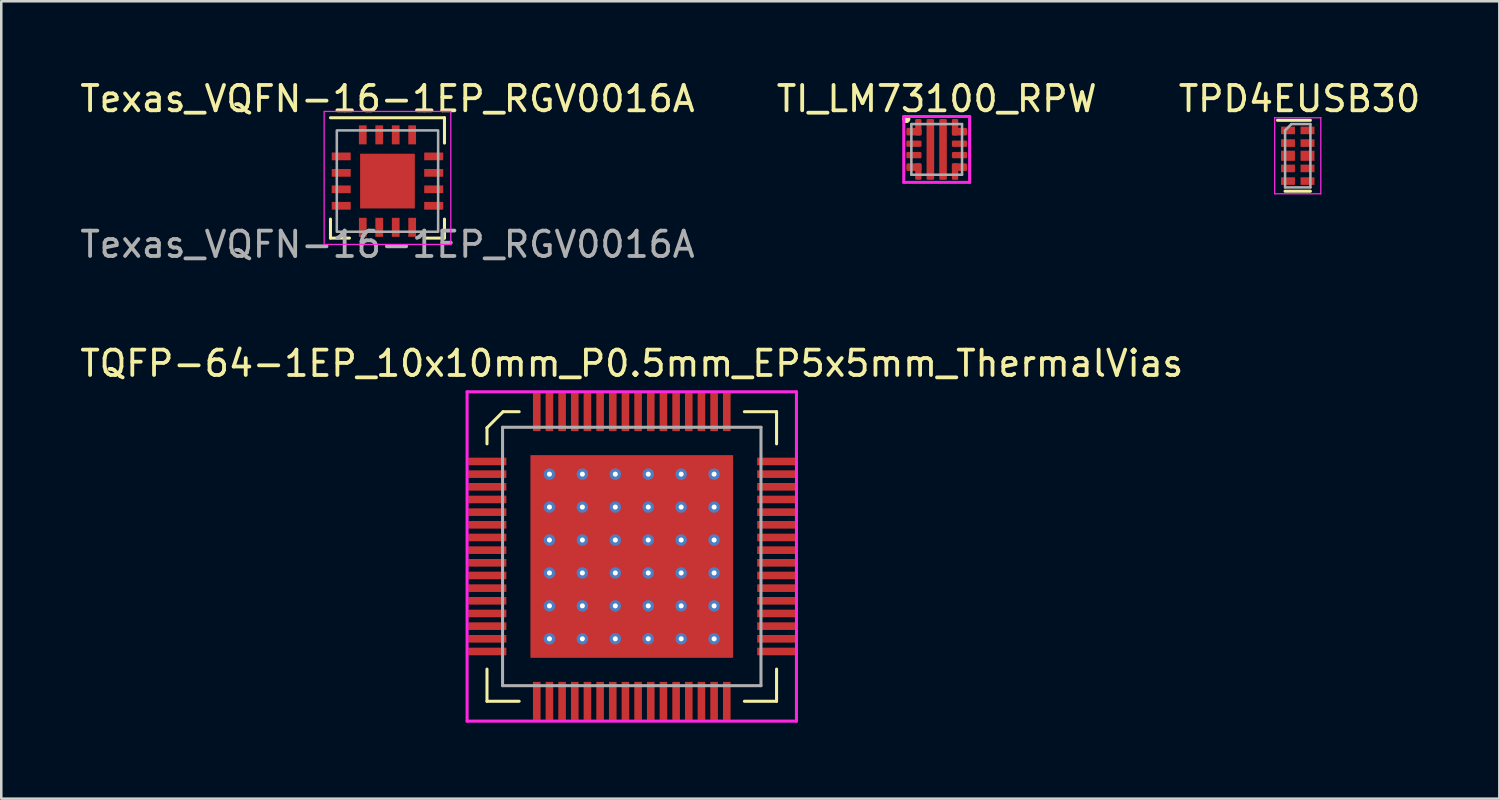
<source format=kicad_pcb>
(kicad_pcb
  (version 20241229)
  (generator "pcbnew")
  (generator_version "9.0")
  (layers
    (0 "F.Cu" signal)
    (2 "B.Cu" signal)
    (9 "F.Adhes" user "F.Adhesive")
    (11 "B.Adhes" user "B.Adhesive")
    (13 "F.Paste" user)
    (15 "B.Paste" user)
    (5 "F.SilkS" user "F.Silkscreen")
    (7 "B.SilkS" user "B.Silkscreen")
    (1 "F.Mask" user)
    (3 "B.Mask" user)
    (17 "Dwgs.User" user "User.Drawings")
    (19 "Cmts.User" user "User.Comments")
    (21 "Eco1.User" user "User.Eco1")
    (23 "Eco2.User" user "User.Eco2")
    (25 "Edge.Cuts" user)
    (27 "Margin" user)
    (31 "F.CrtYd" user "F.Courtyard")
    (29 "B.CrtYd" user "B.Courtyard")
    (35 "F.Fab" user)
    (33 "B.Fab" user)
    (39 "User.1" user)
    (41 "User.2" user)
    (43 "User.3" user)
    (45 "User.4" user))
  (footprint "Texas_VQFN-16-1EP_RGV0016A"
    (layer "F.Cu")
    (at 12.244 4.098)
    (property "Reference" "Texas_VQFN-16-1EP_RGV0016A" (at 0 -3.25 0) (unlocked yes) (layer "F.SilkS") (effects (font (size 1 1) (thickness 0.15))))
    (attr smd)
    (fp_line (start -2.25 -2.5) (end 2.25 -2.5) (stroke (width 0.12) (type default)) (layer "F.SilkS"))
    (fp_line (start -2.25 2.25) (end -2.25 1.5) (stroke (width 0.12) (type default)) (layer "F.SilkS"))
    (fp_line (start -1.5 2.25) (end -2.25 2.25) (stroke (width 0.12) (type default)) (layer "F.SilkS"))
    (fp_line (start 2.25 -2.5) (end 2.25 -1.5) (stroke (width 0.12) (type default)) (layer "F.SilkS"))
    (fp_line (start 2.25 1.5) (end 2.25 2.25) (stroke (width 0.12) (type default)) (layer "F.SilkS"))
    (fp_line (start 2.25 2.25) (end 1.5 2.25) (stroke (width 0.12) (type default)) (layer "F.SilkS"))
    (fp_rect (start -2.5 -2.75) (end 2.5 2.5) (stroke (width 0.05) (type default)) (fill no) (layer "F.CrtYd"))
    (fp_rect (start -2 -2) (end 2 2) (stroke (width 0.1) (type default)) (fill no) (layer "F.Fab"))
    (fp_text user "${REFERENCE}" (at 0 2.5 0) (unlocked yes) (layer "F.Fab") (effects (font (size 1 1) (thickness 0.15))))
    (pad "1" smd rect (at -1.825 -0.975) (size 0.75 0.305) (layers "F.Cu" "F.Mask" "F.Paste"))
    (pad "2" smd rect (at -1.825 -0.325) (size 0.75 0.305) (layers "F.Cu" "F.Mask" "F.Paste"))
    (pad "3" smd rect (at -1.825 0.325) (size 0.75 0.305) (layers "F.Cu" "F.Mask" "F.Paste"))
    (pad "4" smd rect (at -1.825 0.975) (size 0.75 0.305) (layers "F.Cu" "F.Mask" "F.Paste"))
    (pad "5" smd rect (at -0.975 1.825 90) (size 0.75 0.305) (layers "F.Cu" "F.Mask" "F.Paste"))
    (pad "6" smd rect (at -0.325 1.825 90) (size 0.75 0.305) (layers "F.Cu" "F.Mask" "F.Paste"))
    (pad "7" smd rect (at 0.325 1.825 90) (size 0.75 0.305) (layers "F.Cu" "F.Mask" "F.Paste"))
    (pad "8" smd rect (at 0.975 1.825 90) (size 0.75 0.305) (layers "F.Cu" "F.Mask" "F.Paste"))
    (pad "9" smd rect (at 1.825 0.975) (size 0.75 0.305) (layers "F.Cu" "F.Mask" "F.Paste"))
    (pad "10" smd rect (at 1.825 0.325) (size 0.75 0.305) (layers "F.Cu" "F.Mask" "F.Paste"))
    (pad "11" smd rect (at 1.825 -0.325) (size 0.75 0.305) (layers "F.Cu" "F.Mask" "F.Paste"))
    (pad "12" smd rect (at 1.825 -0.975) (size 0.75 0.305) (layers "F.Cu" "F.Mask" "F.Paste"))
    (pad "13" smd rect (at 0.975 -1.825 90) (size 0.75 0.305) (layers "F.Cu" "F.Mask" "F.Paste"))
    (pad "14" smd rect (at 0.325 -1.825 90) (size 0.75 0.305) (layers "F.Cu" "F.Mask" "F.Paste"))
    (pad "15" smd rect (at -0.325 -1.825 90) (size 0.75 0.305) (layers "F.Cu" "F.Mask" "F.Paste"))
    (pad "16" smd rect (at -0.975 -1.825 90) (size 0.75 0.305) (layers "F.Cu" "F.Mask" "F.Paste"))
    (pad "17" smd rect (at 0 0) (size 2.16 2.16) (layers "F.Cu" "F.Mask" "F.Paste")))
  (footprint "TQFP-64-1EP_10x10mm_P0.5mm_EP5x5mm_ThermalVias"
    (layer "F.Cu")
    (at 21.887 18.915)
    (property "Reference" "TQFP-64-1EP_10x10mm_P0.5mm_EP5x5mm_ThermalVias" (at 0 -7.62 0) (layer "F.SilkS") (effects (font (size 1 1) (thickness 0.15))))
    (attr through_hole)
    (fp_poly (pts (xy -2.5 -2.5) (xy 2.5 -2.5) (xy 2.5 2.5) (xy -2.5 2.5)) (stroke (width 0.1) (type solid)) (fill yes) (layer "F.Mask"))
    (fp_line (start -5.715 -5.08) (end -5.715 -4.445) (stroke (width 0.12) (type solid)) (layer "F.SilkS"))
    (fp_line (start -5.715 4.445) (end -5.715 5.715) (stroke (width 0.12) (type solid)) (layer "F.SilkS"))
    (fp_line (start -5.715 5.715) (end -4.445 5.715) (stroke (width 0.12) (type solid)) (layer "F.SilkS"))
    (fp_line (start -5.08 -5.715) (end -5.715 -5.08) (stroke (width 0.12) (type solid)) (layer "F.SilkS"))
    (fp_line (start -4.445 -5.715) (end -5.08 -5.715) (stroke (width 0.12) (type solid)) (layer "F.SilkS"))
    (fp_line (start 4.445 -5.715) (end 5.715 -5.715) (stroke (width 0.12) (type solid)) (layer "F.SilkS"))
    (fp_line (start 4.445 5.715) (end 5.715 5.715) (stroke (width 0.12) (type solid)) (layer "F.SilkS"))
    (fp_line (start 5.715 -5.715) (end 5.715 -4.445) (stroke (width 0.12) (type solid)) (layer "F.SilkS"))
    (fp_line (start 5.715 5.715) (end 5.715 4.445) (stroke (width 0.12) (type solid)) (layer "F.SilkS"))
    (fp_line (start -6.5 -6.5) (end 6.5 -6.5) (stroke (width 0.12) (type solid)) (layer "F.CrtYd"))
    (fp_line (start -6.5 6.5) (end -6.5 -6.5) (stroke (width 0.12) (type solid)) (layer "F.CrtYd"))
    (fp_line (start 6.5 -6.5) (end 6.5 6.5) (stroke (width 0.12) (type solid)) (layer "F.CrtYd"))
    (fp_line (start 6.5 6.5) (end -6.5 6.5) (stroke (width 0.12) (type solid)) (layer "F.CrtYd"))
    (fp_line (start -5.1 -5.1) (end 5.1 -5.1) (stroke (width 0.12) (type solid)) (layer "F.Fab"))
    (fp_line (start -5.1 5.1) (end -5.1 -5.1) (stroke (width 0.12) (type solid)) (layer "F.Fab"))
    (fp_line (start 5.1 -5.1) (end 5.1 5.1) (stroke (width 0.12) (type solid)) (layer "F.Fab"))
    (fp_line (start 5.1 5.1) (end -5.1 5.1) (stroke (width 0.12) (type solid)) (layer "F.Fab"))
    (pad "1" smd rect (at -5.7 -3.75) (size 1.5 0.3) (layers "F.Cu" "F.Mask" "F.Paste"))
    (pad "2" smd rect (at -5.7 -3.25) (size 1.5 0.3) (layers "F.Cu" "F.Mask" "F.Paste"))
    (pad "3" smd rect (at -5.7 -2.75) (size 1.5 0.3) (layers "F.Cu" "F.Mask" "F.Paste"))
    (pad "4" smd rect (at -5.7 -2.25) (size 1.5 0.3) (layers "F.Cu" "F.Mask" "F.Paste"))
    (pad "5" smd rect (at -5.7 -1.75) (size 1.5 0.3) (layers "F.Cu" "F.Mask" "F.Paste"))
    (pad "6" smd rect (at -5.7 -1.25) (size 1.5 0.3) (layers "F.Cu" "F.Mask" "F.Paste"))
    (pad "7" smd rect (at -5.7 -0.75) (size 1.5 0.3) (layers "F.Cu" "F.Mask" "F.Paste"))
    (pad "8" smd rect (at -5.7 -0.25) (size 1.5 0.3) (layers "F.Cu" "F.Mask" "F.Paste"))
    (pad "9" smd rect (at -5.7 0.25) (size 1.5 0.3) (layers "F.Cu" "F.Mask" "F.Paste"))
    (pad "10" smd rect (at -5.7 0.75) (size 1.5 0.3) (layers "F.Cu" "F.Mask" "F.Paste"))
    (pad "11" smd rect (at -5.7 1.25) (size 1.5 0.3) (layers "F.Cu" "F.Mask" "F.Paste"))
    (pad "12" smd rect (at -5.7 1.75) (size 1.5 0.3) (layers "F.Cu" "F.Mask" "F.Paste"))
    (pad "13" smd rect (at -5.7 2.25) (size 1.5 0.3) (layers "F.Cu" "F.Mask" "F.Paste"))
    (pad "14" smd rect (at -5.7 2.75) (size 1.5 0.3) (layers "F.Cu" "F.Mask" "F.Paste"))
    (pad "15" smd rect (at -5.7 3.25) (size 1.5 0.3) (layers "F.Cu" "F.Mask" "F.Paste"))
    (pad "16" smd rect (at -5.7 3.75) (size 1.5 0.3) (layers "F.Cu" "F.Mask" "F.Paste"))
    (pad "17" smd rect (at -3.75 5.7 90) (size 1.5 0.3) (layers "F.Cu" "F.Mask" "F.Paste"))
    (pad "18" smd rect (at -3.25 5.7 90) (size 1.5 0.3) (layers "F.Cu" "F.Mask" "F.Paste"))
    (pad "19" smd rect (at -2.75 5.7 90) (size 1.5 0.3) (layers "F.Cu" "F.Mask" "F.Paste"))
    (pad "20" smd rect (at -2.25 5.7 90) (size 1.5 0.3) (layers "F.Cu" "F.Mask" "F.Paste"))
    (pad "21" smd rect (at -1.75 5.7 90) (size 1.5 0.3) (layers "F.Cu" "F.Mask" "F.Paste"))
    (pad "22" smd rect (at -1.25 5.7 90) (size 1.5 0.3) (layers "F.Cu" "F.Mask" "F.Paste"))
    (pad "23" smd rect (at -0.75 5.7 90) (size 1.5 0.3) (layers "F.Cu" "F.Mask" "F.Paste"))
    (pad "24" smd rect (at -0.25 5.7 90) (size 1.5 0.3) (layers "F.Cu" "F.Mask" "F.Paste"))
    (pad "25" smd rect (at 0.25 5.7 90) (size 1.5 0.3) (layers "F.Cu" "F.Mask" "F.Paste"))
    (pad "26" smd rect (at 0.75 5.7 90) (size 1.5 0.3) (layers "F.Cu" "F.Mask" "F.Paste"))
    (pad "27" smd rect (at 1.25 5.7 90) (size 1.5 0.3) (layers "F.Cu" "F.Mask" "F.Paste"))
    (pad "28" smd rect (at 1.75 5.7 90) (size 1.5 0.3) (layers "F.Cu" "F.Mask" "F.Paste"))
    (pad "29" smd rect (at 2.25 5.7 90) (size 1.5 0.3) (layers "F.Cu" "F.Mask" "F.Paste"))
    (pad "30" smd rect (at 2.75 5.7 90) (size 1.5 0.3) (layers "F.Cu" "F.Mask" "F.Paste"))
    (pad "31" smd rect (at 3.25 5.7 90) (size 1.5 0.3) (layers "F.Cu" "F.Mask" "F.Paste"))
    (pad "32" smd rect (at 3.75 5.7 90) (size 1.5 0.3) (layers "F.Cu" "F.Mask" "F.Paste"))
    (pad "33" smd rect (at 5.7 3.75) (size 1.5 0.3) (layers "F.Cu" "F.Mask" "F.Paste"))
    (pad "34" smd rect (at 5.7 3.25) (size 1.5 0.3) (layers "F.Cu" "F.Mask" "F.Paste"))
    (pad "35" smd rect (at 5.7 2.75) (size 1.5 0.3) (layers "F.Cu" "F.Mask" "F.Paste"))
    (pad "36" smd rect (at 5.7 2.25) (size 1.5 0.3) (layers "F.Cu" "F.Mask" "F.Paste"))
    (pad "37" smd rect (at 5.7 1.75) (size 1.5 0.3) (layers "F.Cu" "F.Mask" "F.Paste"))
    (pad "38" smd rect (at 5.7 1.25) (size 1.5 0.3) (layers "F.Cu" "F.Mask" "F.Paste"))
    (pad "39" smd rect (at 5.7 0.75) (size 1.5 0.3) (layers "F.Cu" "F.Mask" "F.Paste"))
    (pad "40" smd rect (at 5.7 0.25) (size 1.5 0.3) (layers "F.Cu" "F.Mask" "F.Paste"))
    (pad "41" smd rect (at 5.7 -0.25) (size 1.5 0.3) (layers "F.Cu" "F.Mask" "F.Paste"))
    (pad "42" smd rect (at 5.7 -0.75) (size 1.5 0.3) (layers "F.Cu" "F.Mask" "F.Paste"))
    (pad "43" smd rect (at 5.7 -1.25) (size 1.5 0.3) (layers "F.Cu" "F.Mask" "F.Paste"))
    (pad "44" smd rect (at 5.7 -1.75) (size 1.5 0.3) (layers "F.Cu" "F.Mask" "F.Paste"))
    (pad "45" smd rect (at 5.7 -2.25) (size 1.5 0.3) (layers "F.Cu" "F.Mask" "F.Paste"))
    (pad "46" smd rect (at 5.7 -2.75) (size 1.5 0.3) (layers "F.Cu" "F.Mask" "F.Paste"))
    (pad "47" smd rect (at 5.7 -3.25) (size 1.5 0.3) (layers "F.Cu" "F.Mask" "F.Paste"))
    (pad "48" smd rect (at 5.7 -3.75) (size 1.5 0.3) (layers "F.Cu" "F.Mask" "F.Paste"))
    (pad "49" smd rect (at 3.75 -5.7 90) (size 1.5 0.3) (layers "F.Cu" "F.Mask" "F.Paste"))
    (pad "50" smd rect (at 3.25 -5.7 90) (size 1.5 0.3) (layers "F.Cu" "F.Mask" "F.Paste"))
    (pad "51" smd rect (at 2.75 -5.7 90) (size 1.5 0.3) (layers "F.Cu" "F.Mask" "F.Paste"))
    (pad "52" smd rect (at 2.25 -5.7 90) (size 1.5 0.3) (layers "F.Cu" "F.Mask" "F.Paste"))
    (pad "53" smd rect (at 1.75 -5.7 90) (size 1.5 0.3) (layers "F.Cu" "F.Mask" "F.Paste"))
    (pad "54" smd rect (at 1.25 -5.7 90) (size 1.5 0.3) (layers "F.Cu" "F.Mask" "F.Paste"))
    (pad "55" smd rect (at 0.75 -5.7 90) (size 1.5 0.3) (layers "F.Cu" "F.Mask" "F.Paste"))
    (pad "56" smd rect (at 0.25 -5.7 90) (size 1.5 0.3) (layers "F.Cu" "F.Mask" "F.Paste"))
    (pad "57" smd rect (at -0.25 -5.7 90) (size 1.5 0.3) (layers "F.Cu" "F.Mask" "F.Paste"))
    (pad "58" smd rect (at -0.75 -5.7 90) (size 1.5 0.3) (layers "F.Cu" "F.Mask" "F.Paste"))
    (pad "59" smd rect (at -1.25 -5.7 90) (size 1.5 0.3) (layers "F.Cu" "F.Mask" "F.Paste"))
    (pad "60" smd rect (at -1.75 -5.7 90) (size 1.5 0.3) (layers "F.Cu" "F.Mask" "F.Paste"))
    (pad "61" smd rect (at -2.25 -5.7 90) (size 1.5 0.3) (layers "F.Cu" "F.Mask" "F.Paste"))
    (pad "62" smd rect (at -2.75 -5.7 90) (size 1.5 0.3) (layers "F.Cu" "F.Mask" "F.Paste"))
    (pad "63" smd rect (at -3.25 -5.7 90) (size 1.5 0.3) (layers "F.Cu" "F.Mask" "F.Paste"))
    (pad "64" smd rect (at -3.75 -5.7 90) (size 1.5 0.3) (layers "F.Cu" "F.Mask" "F.Paste"))
    (pad "65" thru_hole circle (at -3.25 -3.25) (size 0.45 0.45) (drill 0.2) (layers "*.Cu"))
    (pad "65" thru_hole circle (at -3.25 -1.95) (size 0.45 0.45) (drill 0.2) (layers "*.Cu"))
    (pad "65" thru_hole circle (at -3.25 -0.65) (size 0.45 0.45) (drill 0.2) (layers "*.Cu"))
    (pad "65" thru_hole circle (at -3.25 0.65) (size 0.45 0.45) (drill 0.2) (layers "*.Cu"))
    (pad "65" thru_hole circle (at -3.25 1.95) (size 0.45 0.45) (drill 0.2) (layers "*.Cu"))
    (pad "65" thru_hole circle (at -3.25 3.25) (size 0.45 0.45) (drill 0.2) (layers "*.Cu"))
    (pad "65" thru_hole circle (at -1.95 -3.25) (size 0.45 0.45) (drill 0.2) (layers "*.Cu"))
    (pad "65" thru_hole circle (at -1.95 -1.95) (size 0.45 0.45) (drill 0.2) (layers "*.Cu"))
    (pad "65" thru_hole circle (at -1.95 -0.65) (size 0.45 0.45) (drill 0.2) (layers "*.Cu"))
    (pad "65" thru_hole circle (at -1.95 0.65) (size 0.45 0.45) (drill 0.2) (layers "*.Cu"))
    (pad "65" thru_hole circle (at -1.95 1.95) (size 0.45 0.45) (drill 0.2) (layers "*.Cu"))
    (pad "65" thru_hole circle (at -1.95 3.25) (size 0.45 0.45) (drill 0.2) (layers "*.Cu"))
    (pad "65" thru_hole circle (at -0.65 -3.25) (size 0.45 0.45) (drill 0.2) (layers "*.Cu"))
    (pad "65" thru_hole circle (at -0.65 -1.95) (size 0.45 0.45) (drill 0.2) (layers "*.Cu"))
    (pad "65" thru_hole circle (at -0.65 -0.65) (size 0.45 0.45) (drill 0.2) (layers "*.Cu"))
    (pad "65" thru_hole circle (at -0.65 0.65) (size 0.45 0.45) (drill 0.2) (layers "*.Cu"))
    (pad "65" thru_hole circle (at -0.65 1.95) (size 0.45 0.45) (drill 0.2) (layers "*.Cu"))
    (pad "65" thru_hole circle (at -0.65 3.25) (size 0.45 0.45) (drill 0.2) (layers "*.Cu"))
    (pad "65" smd rect (at 0 0) (size 8 8) (layers "F.Cu" "F.Paste"))
    (pad "65" thru_hole circle (at 0.65 -3.25) (size 0.45 0.45) (drill 0.2) (layers "*.Cu"))
    (pad "65" thru_hole circle (at 0.65 -1.95) (size 0.45 0.45) (drill 0.2) (layers "*.Cu"))
    (pad "65" thru_hole circle (at 0.65 -0.65) (size 0.45 0.45) (drill 0.2) (layers "*.Cu"))
    (pad "65" thru_hole circle (at 0.65 0.65) (size 0.45 0.45) (drill 0.2) (layers "*.Cu"))
    (pad "65" thru_hole circle (at 0.65 1.95) (size 0.45 0.45) (drill 0.2) (layers "*.Cu"))
    (pad "65" thru_hole circle (at 0.65 3.25) (size 0.45 0.45) (drill 0.2) (layers "*.Cu"))
    (pad "65" thru_hole circle (at 1.95 -3.25) (size 0.45 0.45) (drill 0.2) (layers "*.Cu"))
    (pad "65" thru_hole circle (at 1.95 -1.95) (size 0.45 0.45) (drill 0.2) (layers "*.Cu"))
    (pad "65" thru_hole circle (at 1.95 -0.65) (size 0.45 0.45) (drill 0.2) (layers "*.Cu"))
    (pad "65" thru_hole circle (at 1.95 0.65) (size 0.45 0.45) (drill 0.2) (layers "*.Cu"))
    (pad "65" thru_hole circle (at 1.95 1.95) (size 0.45 0.45) (drill 0.2) (layers "*.Cu"))
    (pad "65" thru_hole circle (at 1.95 3.25) (size 0.45 0.45) (drill 0.2) (layers "*.Cu"))
    (pad "65" thru_hole circle (at 3.25 -3.25) (size 0.45 0.45) (drill 0.2) (layers "*.Cu"))
    (pad "65" thru_hole circle (at 3.25 -1.95) (size 0.45 0.45) (drill 0.2) (layers "*.Cu"))
    (pad "65" thru_hole circle (at 3.25 -0.65) (size 0.45 0.45) (drill 0.2) (layers "*.Cu"))
    (pad "65" thru_hole circle (at 3.25 0.65) (size 0.45 0.45) (drill 0.2) (layers "*.Cu"))
    (pad "65" thru_hole circle (at 3.25 1.95) (size 0.45 0.45) (drill 0.2) (layers "*.Cu"))
    (pad "65" thru_hole circle (at 3.25 3.25) (size 0.45 0.45) (drill 0.2) (layers "*.Cu")))
  (footprint "TPD4EUSB30"
    (layer "F.Cu")
    (at 48.244 3.098)
    (property "Reference" "TPD4EUSB30" (at 0 -2.25 0) (unlocked yes) (layer "F.SilkS") (effects (font (size 1 1) (thickness 0.15))))
    (fp_line (start 0.43 -1.4) (end -0.87 -1.4) (stroke (width 0.12) (type solid)) (layer "F.SilkS"))
    (fp_line (start 0.43 1.4) (end -0.57 1.4) (stroke (width 0.12) (type solid)) (layer "F.SilkS"))
    (fp_line (start -0.98 -1.5) (end 0.84 -1.5) (stroke (width 0.05) (type solid)) (layer "F.CrtYd"))
    (fp_line (start -0.98 1.5) (end -0.98 -1.5) (stroke (width 0.05) (type solid)) (layer "F.CrtYd"))
    (fp_line (start 0.84 -1.5) (end 0.84 1.5) (stroke (width 0.05) (type solid)) (layer "F.CrtYd"))
    (fp_line (start 0.84 1.5) (end -0.98 1.5) (stroke (width 0.05) (type solid)) (layer "F.CrtYd"))
    (fp_line (start -0.57 -1) (end -0.57 1.25) (stroke (width 0.1) (type solid)) (layer "F.Fab"))
    (fp_line (start -0.57 1.25) (end 0.43 1.25) (stroke (width 0.1) (type solid)) (layer "F.Fab"))
    (fp_line (start -0.32 -1.25) (end -0.57 -1) (stroke (width 0.1) (type solid)) (layer "F.Fab"))
    (fp_line (start 0.43 -1.25) (end -0.32 -1.25) (stroke (width 0.1) (type solid)) (layer "F.Fab"))
    (fp_line (start 0.43 -1.25) (end 0.43 1.25) (stroke (width 0.1) (type solid)) (layer "F.Fab"))
    (pad "1" smd rect (at -0.455 -1 270) (size 0.3 0.55) (layers "F.Cu" "F.Mask" "F.Paste"))
    (pad "2" smd rect (at -0.455 -0.5 270) (size 0.3 0.55) (layers "F.Cu" "F.Mask" "F.Paste"))
    (pad "3" smd rect (at -0.455 0 270) (size 0.4 0.55) (layers "F.Cu" "F.Mask" "F.Paste"))
    (pad "4" smd rect (at -0.455 0.5 270) (size 0.3 0.55) (layers "F.Cu" "F.Mask" "F.Paste"))
    (pad "5" smd rect (at -0.455 1 270) (size 0.3 0.55) (layers "F.Cu" "F.Mask" "F.Paste"))
    (pad "6" smd rect (at 0.315 1 270) (size 0.3 0.55) (layers "F.Cu" "F.Mask" "F.Paste"))
    (pad "7" smd rect (at 0.315 0.5 270) (size 0.3 0.55) (layers "F.Cu" "F.Mask" "F.Paste"))
    (pad "8" smd rect (at 0.315 0 270) (size 0.4 0.55) (layers "F.Cu" "F.Mask" "F.Paste"))
    (pad "9" smd rect (at 0.315 -0.5 270) (size 0.3 0.55) (layers "F.Cu" "F.Mask" "F.Paste"))
    (pad "10" smd rect (at 0.315 -1 270) (size 0.3 0.55) (layers "F.Cu" "F.Mask" "F.Paste")))
  (footprint "TI_LM73100_RPW"
    (layer "F.Cu")
    (at 33.923 2.848)
    (property "Reference" "TI_LM73100_RPW" (at 0 -2 0) (unlocked yes) (layer "F.SilkS") (effects (font (size 1 1) (thickness 0.15))))
    (fp_circle (center -1.2 -1.2) (end -1.1 -1.2) (stroke (width 0.12) (type solid)) (fill yes) (layer "F.SilkS"))
    (fp_line (start -1.3 -1.3) (end -1.2 -1.3) (stroke (width 0.12) (type solid)) (layer "F.CrtYd"))
    (fp_line (start -1.3 1.3) (end -1.3 -1.3) (stroke (width 0.12) (type solid)) (layer "F.CrtYd"))
    (fp_line (start -1.2 -1.3) (end 1.3 -1.3) (stroke (width 0.12) (type solid)) (layer "F.CrtYd"))
    (fp_line (start 1.3 -1.3) (end 1.3 1.3) (stroke (width 0.12) (type solid)) (layer "F.CrtYd"))
    (fp_line (start 1.3 1.3) (end -1.3 1.3) (stroke (width 0.12) (type solid)) (layer "F.CrtYd"))
    (fp_line (start -1 -1) (end 1 -1) (stroke (width 0.1) (type solid)) (layer "F.Fab"))
    (fp_line (start -1 1) (end -1 -1) (stroke (width 0.1) (type solid)) (layer "F.Fab"))
    (fp_line (start 1 -1) (end 1 1) (stroke (width 0.1) (type solid)) (layer "F.Fab"))
    (fp_line (start 1 1) (end -1 1) (stroke (width 0.1) (type solid)) (layer "F.Fab"))
    (pad "1" smd roundrect (at -0.9 -0.7 90) (size 0.3 0.6) (layers "F.Cu" "F.Mask" "F.Paste") (roundrect_rratio 0.2))
    (pad "1" smd roundrect (at -0.725 -0.875) (size 0.25 0.65) (layers "F.Cu" "F.Mask" "F.Paste") (roundrect_rratio 0.2))
    (pad "2" smd roundrect (at -0.9 -0.225 90) (size 0.25 0.6) (layers "F.Cu" "F.Mask" "F.Paste") (roundrect_rratio 0.2))
    (pad "3" smd roundrect (at -0.9 0.225 90) (size 0.25 0.6) (layers "F.Cu" "F.Mask" "F.Paste") (roundrect_rratio 0.2))
    (pad "4" smd roundrect (at -0.9 0.7 90) (size 0.3 0.6) (layers "F.Cu" "F.Mask" "F.Paste") (roundrect_rratio 0.2))
    (pad "4" smd roundrect (at -0.725 0.875) (size 0.25 0.65) (layers "F.Cu" "F.Mask" "F.Paste") (roundrect_rratio 0.2))
    (pad "5" smd roundrect (at -0.25 0) (size 0.3 2.4) (layers "F.Cu" "F.Mask" "F.Paste") (roundrect_rratio 0.167))
    (pad "6" smd roundrect (at 0.25 0) (size 0.3 2.4) (layers "F.Cu" "F.Mask" "F.Paste") (roundrect_rratio 0.167))
    (pad "7" smd roundrect (at 0.725 0.875) (size 0.25 0.65) (layers "F.Cu" "F.Mask" "F.Paste") (roundrect_rratio 0.2))
    (pad "7" smd roundrect (at 0.9 0.7 90) (size 0.3 0.6) (layers "F.Cu" "F.Mask" "F.Paste") (roundrect_rratio 0.2))
    (pad "8" smd roundrect (at 0.9 0.225 90) (size 0.25 0.6) (layers "F.Cu" "F.Mask" "F.Paste") (roundrect_rratio 0.2))
    (pad "9" smd roundrect (at 0.9 -0.225 90) (size 0.25 0.6) (layers "F.Cu" "F.Mask" "F.Paste") (roundrect_rratio 0.2))
    (pad "10" smd roundrect (at 0.725 -0.875) (size 0.25 0.65) (layers "F.Cu" "F.Mask" "F.Paste") (roundrect_rratio 0.2))
    (pad "10" smd roundrect (at 0.9 -0.7 90) (size 0.3 0.6) (layers "F.Cu" "F.Mask" "F.Paste") (roundrect_rratio 0.2)))
  (gr_rect
    (start -3 -3)
    (end 56.131 28.475)
    (stroke (width 0.1) (type default))
    (fill no)
    (layer "Edge.Cuts")))
</source>
